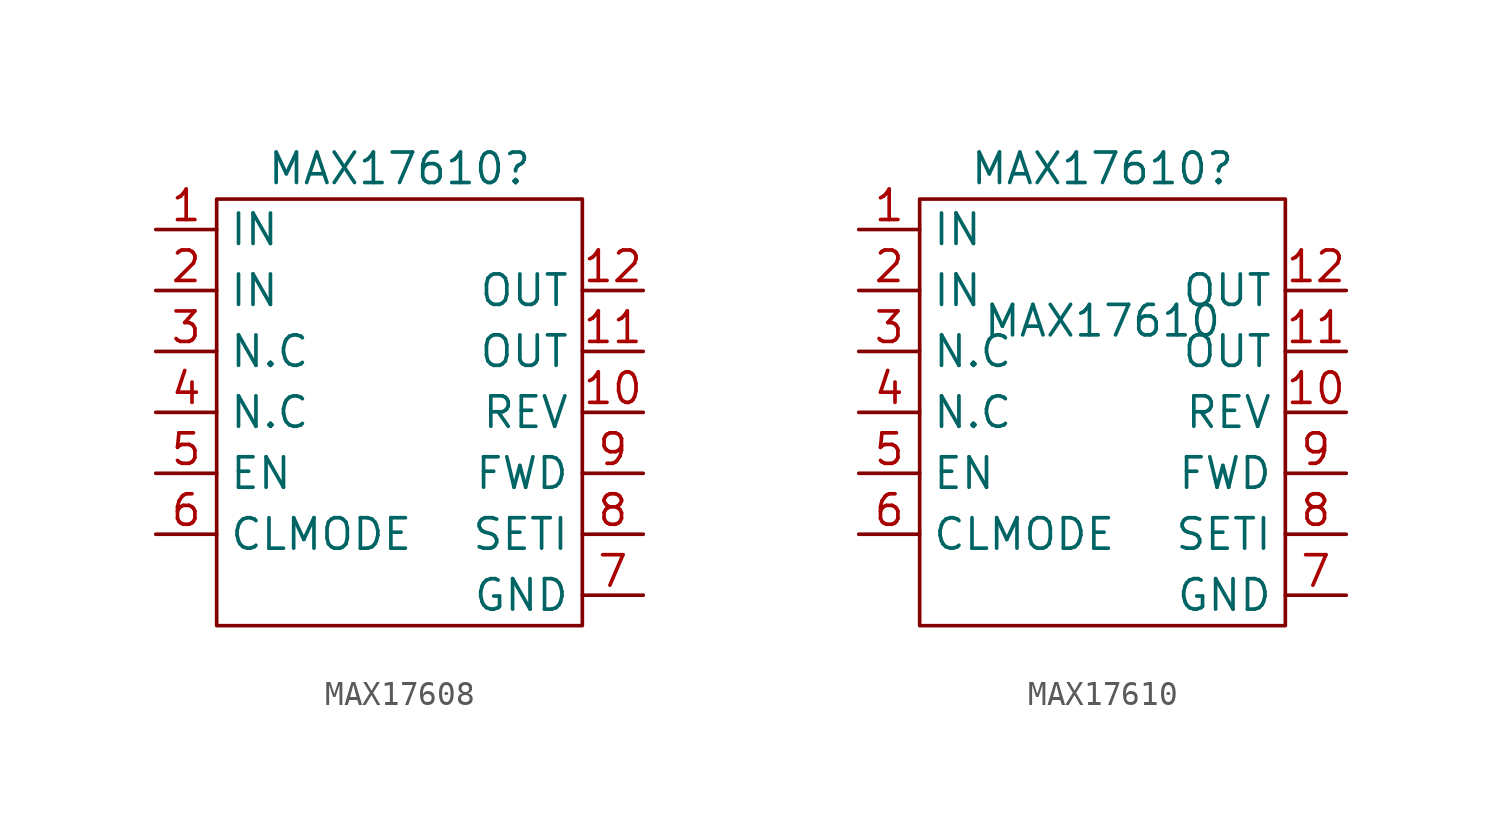
<source format=kicad_sym>
(kicad_symbol_lib
  (version 20220914)
  (generator kicad_symbol_editor)
  (symbol "MAX17608"
    (property "Reference" "MAX17610"
      (at 0 6.35 0)
      (effects (font (size 1.27 1.27))))
    (property "Value" ""
      (at 0 0 0)
      (effects (font (size 1.27 1.27))))
    (symbol "MAX17608_0_1"
      (rectangle (start -7.62 5.08) (end 7.62 -12.7) (stroke (width 0) (type default)) (fill (type none))))
    (symbol "MAX17608_1_1"
      (pin input line (at -10.16 3.81 0) (length 2.54) (name "IN" (effects (font (size 1.27 1.27)))) (number "1" (effects (font (size 1.27 1.27)))))
      (pin input line (at 10.16 -3.81 180) (length 2.54) (name "REV" (effects (font (size 1.27 1.27)))) (number "10" (effects (font (size 1.27 1.27)))))
      (pin output line (at 10.16 -1.27 180) (length 2.54) (name "OUT" (effects (font (size 1.27 1.27)))) (number "11" (effects (font (size 1.27 1.27)))))
      (pin output line (at 10.16 1.27 180) (length 2.54) (name "OUT" (effects (font (size 1.27 1.27)))) (number "12" (effects (font (size 1.27 1.27)))))
      (pin input line (at -10.16 1.27 0) (length 2.54) (name "IN" (effects (font (size 1.27 1.27)))) (number "2" (effects (font (size 1.27 1.27)))))
      (pin input line (at -10.16 -1.27 0) (length 2.54) (name "N.C" (effects (font (size 1.27 1.27)))) (number "3" (effects (font (size 1.27 1.27)))))
      (pin input line (at -10.16 -3.81 0) (length 2.54) (name "N.C" (effects (font (size 1.27 1.27)))) (number "4" (effects (font (size 1.27 1.27)))))
      (pin input line (at -10.16 -6.35 0) (length 2.54) (name "EN" (effects (font (size 1.27 1.27)))) (number "5" (effects (font (size 1.27 1.27)))))
      (pin input line (at -10.16 -8.89 0) (length 2.54) (name "CLMODE" (effects (font (size 1.27 1.27)))) (number "6" (effects (font (size 1.27 1.27)))))
      (pin input line (at 10.16 -11.43 180) (length 2.54) (name "GND" (effects (font (size 1.27 1.27)))) (number "7" (effects (font (size 1.27 1.27)))))
      (pin input line (at 10.16 -8.89 180) (length 2.54) (name "SETI" (effects (font (size 1.27 1.27)))) (number "8" (effects (font (size 1.27 1.27)))))
      (pin input line (at 10.16 -6.35 180) (length 2.54) (name "FWD" (effects (font (size 1.27 1.27)))) (number "9" (effects (font (size 1.27 1.27)))))))
  (symbol "MAX17610"
    (property "Reference" "MAX17610"
      (at 0 6.35 0)
      (effects (font (size 1.27 1.27))))
    (property "Value" "MAX17610"
      (at 0 0 0)
      (effects (font (size 1.27 1.27))))
    (symbol "MAX17610_0_1"
      (rectangle (start -7.62 5.08) (end 7.62 -12.7) (stroke (width 0) (type default)) (fill (type none))))
    (symbol "MAX17610_1_1"
      (pin input line (at -10.16 3.81 0) (length 2.54) (name "IN" (effects (font (size 1.27 1.27)))) (number "1" (effects (font (size 1.27 1.27)))))
      (pin input line (at 10.16 -3.81 180) (length 2.54) (name "REV" (effects (font (size 1.27 1.27)))) (number "10" (effects (font (size 1.27 1.27)))))
      (pin output line (at 10.16 -1.27 180) (length 2.54) (name "OUT" (effects (font (size 1.27 1.27)))) (number "11" (effects (font (size 1.27 1.27)))))
      (pin output line (at 10.16 1.27 180) (length 2.54) (name "OUT" (effects (font (size 1.27 1.27)))) (number "12" (effects (font (size 1.27 1.27)))))
      (pin input line (at -10.16 1.27 0) (length 2.54) (name "IN" (effects (font (size 1.27 1.27)))) (number "2" (effects (font (size 1.27 1.27)))))
      (pin input line (at -10.16 -1.27 0) (length 2.54) (name "N.C" (effects (font (size 1.27 1.27)))) (number "3" (effects (font (size 1.27 1.27)))))
      (pin input line (at -10.16 -3.81 0) (length 2.54) (name "N.C" (effects (font (size 1.27 1.27)))) (number "4" (effects (font (size 1.27 1.27)))))
      (pin input line (at -10.16 -6.35 0) (length 2.54) (name "EN" (effects (font (size 1.27 1.27)))) (number "5" (effects (font (size 1.27 1.27)))))
      (pin input line (at -10.16 -8.89 0) (length 2.54) (name "CLMODE" (effects (font (size 1.27 1.27)))) (number "6" (effects (font (size 1.27 1.27)))))
      (pin input line (at 10.16 -11.43 180) (length 2.54) (name "GND" (effects (font (size 1.27 1.27)))) (number "7" (effects (font (size 1.27 1.27)))))
      (pin input line (at 10.16 -8.89 180) (length 2.54) (name "SETI" (effects (font (size 1.27 1.27)))) (number "8" (effects (font (size 1.27 1.27)))))
      (pin input line (at 10.16 -6.35 180) (length 2.54) (name "FWD" (effects (font (size 1.27 1.27)))) (number "9" (effects (font (size 1.27 1.27))))))))
</source>
